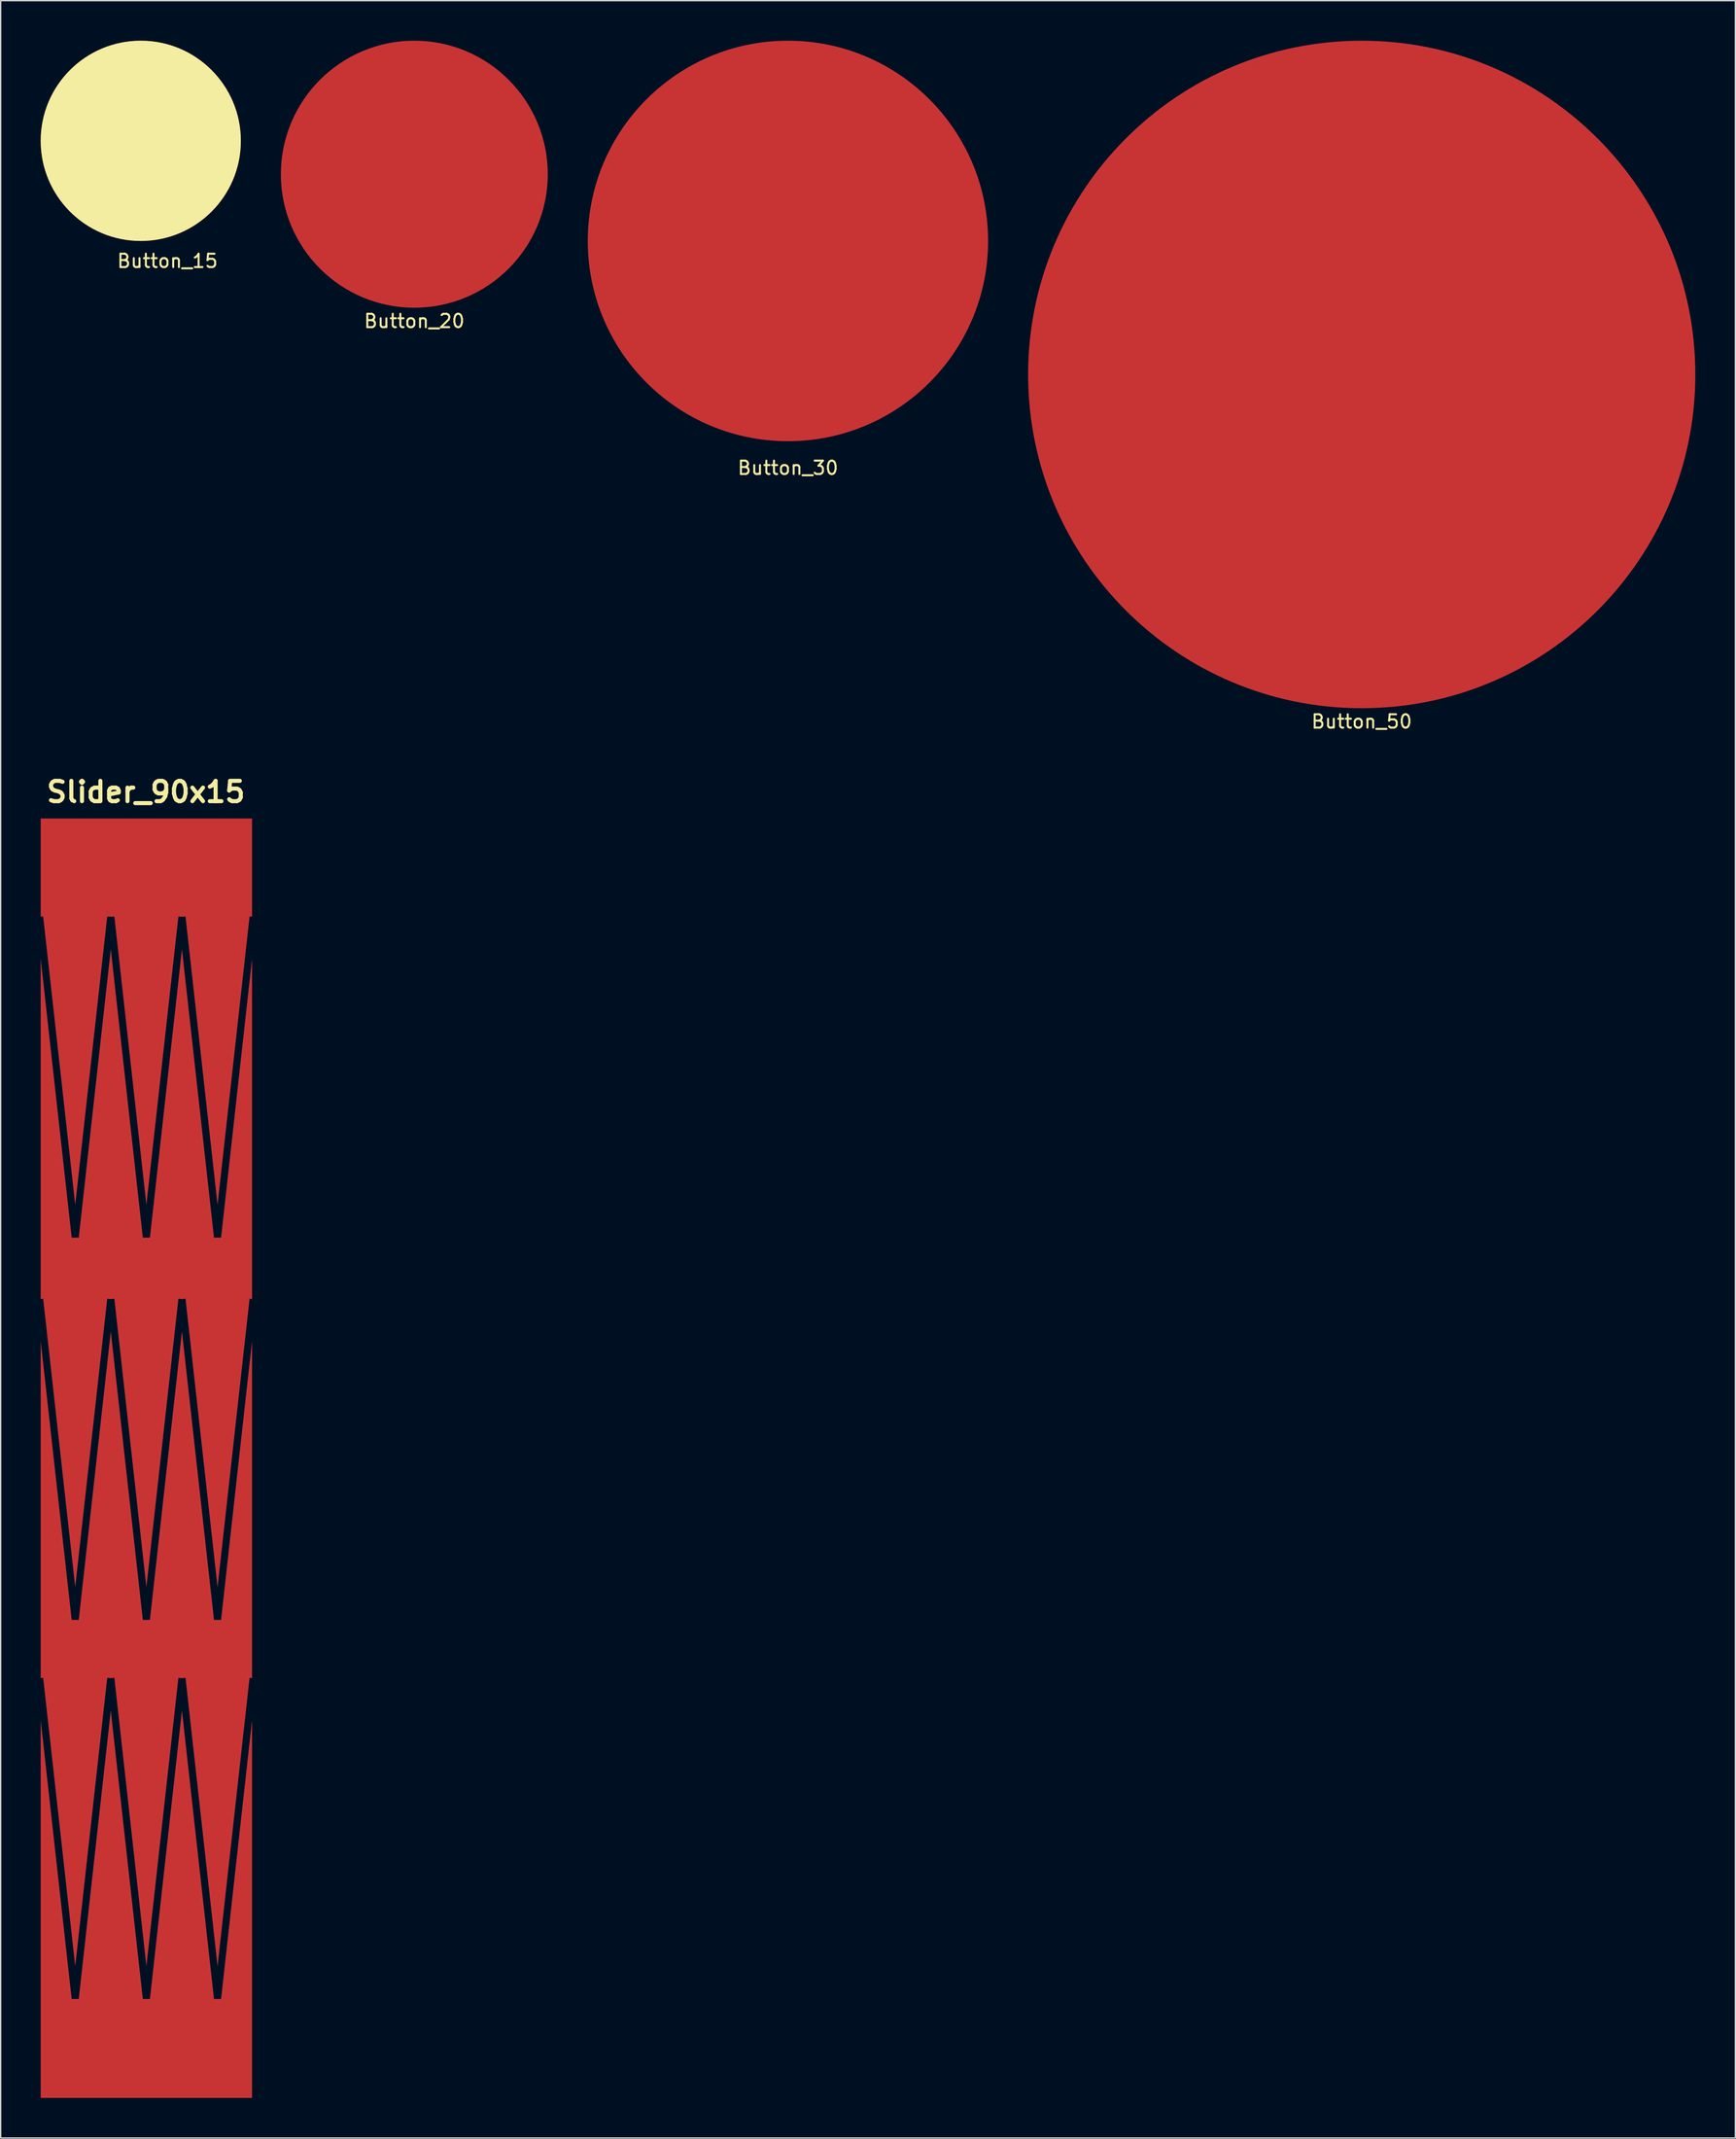
<source format=kicad_pcb>
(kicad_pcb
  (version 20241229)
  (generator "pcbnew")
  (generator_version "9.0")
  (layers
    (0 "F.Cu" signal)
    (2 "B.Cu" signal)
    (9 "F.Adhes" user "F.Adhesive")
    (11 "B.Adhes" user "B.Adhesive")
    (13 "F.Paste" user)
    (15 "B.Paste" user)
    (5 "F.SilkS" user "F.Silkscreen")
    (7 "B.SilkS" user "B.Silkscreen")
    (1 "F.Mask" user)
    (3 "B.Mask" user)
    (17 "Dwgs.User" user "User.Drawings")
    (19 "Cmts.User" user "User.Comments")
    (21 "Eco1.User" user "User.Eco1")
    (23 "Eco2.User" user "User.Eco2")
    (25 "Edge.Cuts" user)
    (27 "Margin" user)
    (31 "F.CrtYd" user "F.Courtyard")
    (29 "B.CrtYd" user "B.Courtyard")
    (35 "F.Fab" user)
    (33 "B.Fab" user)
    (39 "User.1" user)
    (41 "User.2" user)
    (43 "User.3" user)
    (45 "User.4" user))
  (footprint "Button_20"
    (layer "F.Cu")
    (at 28 10)
    (property "Reference" "Button_20" (at 0 11 0) (layer "F.SilkS") (effects (font (size 1 1) (thickness 0.15))))
    (attr through_hole)
    (pad "1" smd circle (at 0 0) (size 20 20) (layers "F.Cu")))
  (footprint "Button_50"
    (layer "F.Cu")
    (at 99 25)
    (property "Reference" "Button_50" (at 0 26 0) (layer "F.SilkS") (effects (font (size 1 1) (thickness 0.15))))
    (attr through_hole)
    (pad "1" smd circle (at 0 0) (size 50 50) (layers "F.Cu")))
  (footprint "Button_30"
    (layer "F.Cu")
    (at 56 15)
    (property "Reference" "Button_30" (at 0 17 0) (layer "F.SilkS") (effects (font (size 1 1) (thickness 0.15))))
    (attr through_hole)
    (pad "1" smd circle (at 0 0) (size 30 30) (layers "F.Cu")))
  (footprint "Button_15"
    (layer "F.Cu")
    (at 7.5 7.5)
    (property "Reference" "Button_15" (at 2 9 0) (layer "F.SilkS") (effects (font (size 1 1) (thickness 0.15))))
    (attr through_hole)
    (pad "1" smd circle (at 0 0) (size 15 15) (layers "F.Cu" "F.SilkS")))
  (footprint "Slider_90x15"
    (layer "F.Cu")
    (at 7.883 106.275)
    (property "Reference" "Slider_90x15" (at 0 -50 0) (layer "F.SilkS") (effects (font (size 1.524 1.524) (thickness 0.305))))
    (attr smd)
    (fp_poly (pts (xy 7.956 19.528) (xy 5.635 40.413) (xy 5.104 40.413) (xy 2.703 18.802) (xy 0.302 40.413) (xy -0.229 40.413) (xy -2.63 18.804) (xy -5.031 40.413) (xy -5.562 40.413) (xy -7.883 19.528) (xy -7.883 47.826) (xy 7.956 47.826) (xy 7.956 19.528)) (stroke (width 0) (type solid)) (fill yes) (layer "F.Cu"))
    (fp_poly (pts (xy -7.883 -48.013) (xy -7.883 -40.657) (xy -7.698 -40.677) (xy -5.296 -19.068) (xy -2.896 -40.677) (xy -2.63 -40.648) (xy -2.364 -40.677) (xy 0.038 -19.068) (xy 2.438 -40.677) (xy 2.703 -40.648) (xy 2.969 -40.677) (xy 5.371 -19.068) (xy 7.771 -40.677) (xy 7.956 -40.657) (xy 7.956 -48.013) (xy -7.883 -48.013)) (stroke (width 0) (type solid)) (fill yes) (layer "F.Cu"))
    (fp_poly (pts (xy 2.703 -38.229) (xy 0.302 -16.618) (xy -0.229 -16.618) (xy -2.63 -38.227) (xy -5.031 -16.618) (xy -5.562 -16.618) (xy -7.883 -37.503) (xy -7.883 -12.022) (xy -7.698 -12.042) (xy -5.296 9.567) (xy -2.896 -12.042) (xy -2.63 -12.013) (xy -2.364 -12.042) (xy 0.038 9.567) (xy 2.438 -12.042) (xy 2.703 -12.013) (xy 2.969 -12.042) (xy 5.371 9.567) (xy 7.771 -12.042) (xy 7.956 -12.022) (xy 7.956 -37.503) (xy 5.635 -16.618) (xy 5.104 -16.618) (xy 2.703 -38.229)) (stroke (width 0) (type solid)) (fill yes) (layer "F.Cu"))
    (fp_poly (pts (xy 2.703 -9.595) (xy 0.302 12.016) (xy -0.229 12.016) (xy -2.63 -9.592) (xy -5.031 12.016) (xy -5.562 12.016) (xy -7.883 -8.868) (xy -7.883 16.375) (xy -7.698 16.354) (xy -5.296 37.963) (xy -2.896 16.354) (xy -2.63 16.384) (xy -2.364 16.354) (xy 0.038 37.963) (xy 2.438 16.354) (xy 2.703 16.384) (xy 2.969 16.354) (xy 5.371 37.963) (xy 7.771 16.354) (xy 7.956 16.375) (xy 7.956 -8.868) (xy 5.635 12.016) (xy 5.104 12.016) (xy 2.703 -9.595)) (stroke (width 0) (type solid)) (fill yes) (layer "F.Cu"))
    (pad "1" smd circle (at -6.5 -45) (size 1.524 1.524) (layers "F.Cu"))
    (pad "2" smd circle (at -6.5 -15) (size 1.524 1.524) (layers "F.Cu"))
    (pad "3" smd circle (at -6.5 15) (size 1.524 1.524) (layers "F.Cu"))
    (pad "4" smd circle (at -6.5 45) (size 1.524 1.524) (layers "F.Cu")))
  (gr_rect
    (start -3 -3)
    (end 127 157.101)
    (stroke (width 0.1) (type default))
    (fill no)
    (layer "Edge.Cuts")))
</source>
